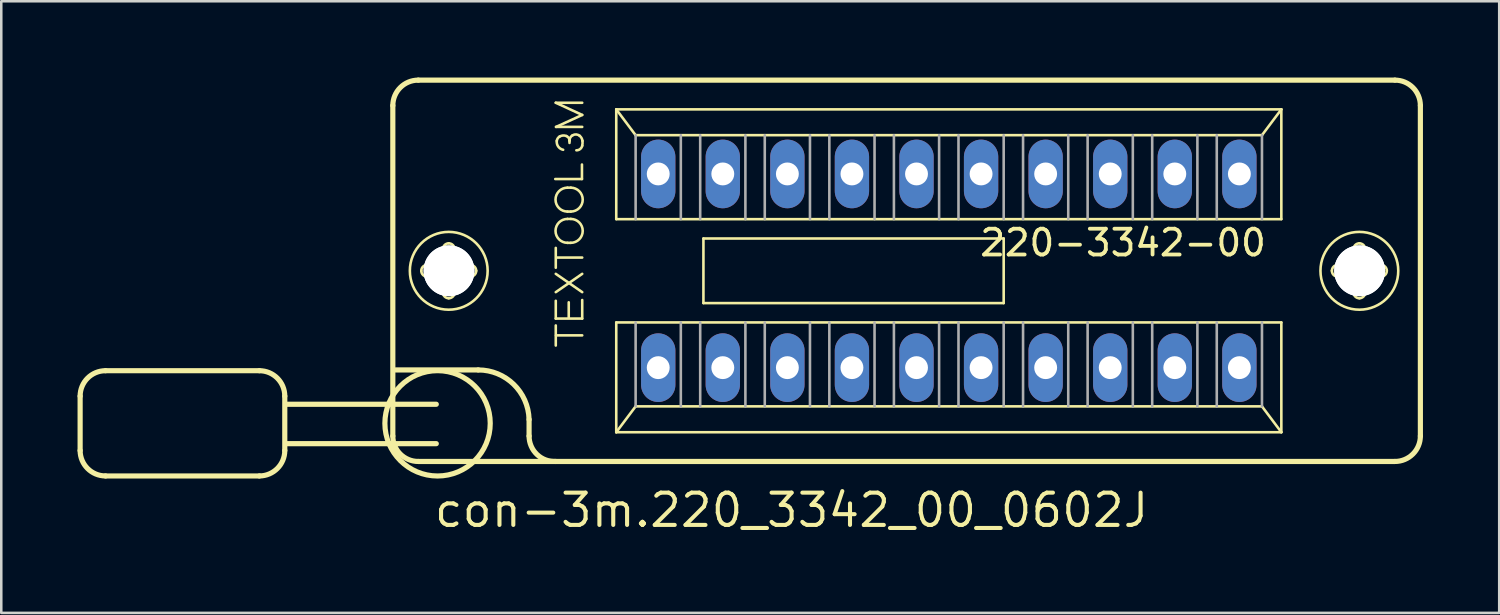
<source format=kicad_pcb>
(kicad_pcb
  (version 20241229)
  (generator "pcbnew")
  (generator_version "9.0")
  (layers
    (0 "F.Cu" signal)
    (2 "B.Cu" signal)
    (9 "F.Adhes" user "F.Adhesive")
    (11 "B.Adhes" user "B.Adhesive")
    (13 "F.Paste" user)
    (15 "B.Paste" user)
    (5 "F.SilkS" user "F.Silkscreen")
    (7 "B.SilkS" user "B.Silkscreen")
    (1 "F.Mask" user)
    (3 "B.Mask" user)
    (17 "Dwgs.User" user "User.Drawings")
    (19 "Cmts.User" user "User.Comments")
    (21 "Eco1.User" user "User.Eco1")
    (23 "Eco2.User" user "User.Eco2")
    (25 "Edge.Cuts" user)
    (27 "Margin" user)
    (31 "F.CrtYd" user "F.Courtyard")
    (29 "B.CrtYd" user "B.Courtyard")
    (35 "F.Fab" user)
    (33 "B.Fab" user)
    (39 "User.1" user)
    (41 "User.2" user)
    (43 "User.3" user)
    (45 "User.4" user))
  (footprint "con-3m.220_3342_00_0602J"
    (layer "F.Cu")
    (at 34.272 7.602)
    (property "Reference" "con-3m.220_3342_00_0602J" (at -20.32 10.16 0) (layer "F.SilkS") (effects (font (size 1.27 1.27) (thickness 0.16)) (justify left bottom)))
    (attr through_hole)
    (fp_line (start -34.17 4.93) (end -34.17 7.07) (stroke (width 0.203) (type default)) (layer "F.SilkS"))
    (fp_line (start -33.17 3.93) (end -27.12 3.93) (stroke (width 0.203) (type default)) (layer "F.SilkS"))
    (fp_line (start -27.12 8.07) (end -33.17 8.07) (stroke (width 0.203) (type default)) (layer "F.SilkS"))
    (fp_line (start -26.12 4.93) (end -26.12 7.07) (stroke (width 0.203) (type default)) (layer "F.SilkS"))
    (fp_line (start -21.87 6.5) (end -21.87 -6.5) (stroke (width 0.203) (type default)) (layer "F.SilkS"))
    (fp_line (start -21.76 3.9) (end -18.51 3.9) (stroke (width 0.203) (type default)) (layer "F.SilkS"))
    (fp_line (start -20.87 -7.5) (end 17.55 -7.5) (stroke (width 0.203) (type default)) (layer "F.SilkS"))
    (fp_line (start -20.52 -0.23) (end -19.97 -0.23) (stroke (width 0.102) (type default)) (layer "F.SilkS"))
    (fp_line (start -20.16 5.25) (end -26.07 5.25) (stroke (width 0.203) (type default)) (layer "F.SilkS"))
    (fp_line (start -20.16 6.8) (end -26.07 6.8) (stroke (width 0.203) (type default)) (layer "F.SilkS"))
    (fp_line (start -19.98 0.23) (end -20.52 0.23) (stroke (width 0.102) (type default)) (layer "F.SilkS"))
    (fp_line (start -19.9 -0.31) (end -19.9 -0.85) (stroke (width 0.102) (type default)) (layer "F.SilkS"))
    (fp_line (start -19.9 0.85) (end -19.9 0.3) (stroke (width 0.102) (type default)) (layer "F.SilkS"))
    (fp_line (start -19.44 -0.85) (end -19.44 -0.3) (stroke (width 0.102) (type default)) (layer "F.SilkS"))
    (fp_line (start -19.44 0.31) (end -19.44 0.85) (stroke (width 0.102) (type default)) (layer "F.SilkS"))
    (fp_line (start -19.36 -0.23) (end -18.82 -0.23) (stroke (width 0.102) (type default)) (layer "F.SilkS"))
    (fp_line (start -18.82 0.23) (end -19.37 0.23) (stroke (width 0.102) (type default)) (layer "F.SilkS"))
    (fp_line (start -16.51 5.85) (end -16.51 6.5) (stroke (width 0.203) (type default)) (layer "F.SilkS"))
    (fp_line (start -15.48 -3.61) (end -14.43 -3.61) (stroke (width 0.102) (type default)) (layer "F.SilkS"))
    (fp_line (start -15.46 -6.61) (end -14.42 -6.61) (stroke (width 0.102) (type default)) (layer "F.SilkS"))
    (fp_line (start -15.46 -0.12) (end -15.46 -0.9) (stroke (width 0.102) (type default)) (layer "F.SilkS"))
    (fp_line (start -15.46 0.12) (end -14.42 0.84) (stroke (width 0.102) (type default)) (layer "F.SilkS"))
    (fp_line (start -15.46 0.84) (end -14.42 0.12) (stroke (width 0.102) (type default)) (layer "F.SilkS"))
    (fp_line (start -15.46 1.18) (end -15.46 1.88) (stroke (width 0.102) (type default)) (layer "F.SilkS"))
    (fp_line (start -15.46 1.88) (end -14.42 1.88) (stroke (width 0.102) (type default)) (layer "F.SilkS"))
    (fp_line (start -15.46 2.94) (end -15.46 2.15) (stroke (width 0.102) (type default)) (layer "F.SilkS"))
    (fp_line (start -15.45 -5.66) (end -14.42 -6.13) (stroke (width 0.102) (type default)) (layer "F.SilkS"))
    (fp_line (start -15.45 2.54) (end -14.42 2.54) (stroke (width 0.102) (type default)) (layer "F.SilkS"))
    (fp_line (start -15.44 -0.52) (end -14.42 -0.52) (stroke (width 0.102) (type default)) (layer "F.SilkS"))
    (fp_line (start -15 -3.27) (end -14.87 -3.27) (stroke (width 0.102) (type default)) (layer "F.SilkS"))
    (fp_line (start -15 -2.33) (end -14.87 -2.33) (stroke (width 0.102) (type default)) (layer "F.SilkS"))
    (fp_line (start -15 -2.04) (end -14.87 -2.04) (stroke (width 0.102) (type default)) (layer "F.SilkS"))
    (fp_line (start -15 -1.1) (end -14.87 -1.1) (stroke (width 0.102) (type default)) (layer "F.SilkS"))
    (fp_line (start -14.95 1.24) (end -14.95 1.84) (stroke (width 0.102) (type default)) (layer "F.SilkS"))
    (fp_line (start -14.92 -5.03) (end -14.92 -5.12) (stroke (width 0.102) (type default)) (layer "F.SilkS"))
    (fp_line (start -14.43 -3.61) (end -14.43 -4.18) (stroke (width 0.102) (type default)) (layer "F.SilkS"))
    (fp_line (start -14.42 -6.13) (end -15.46 -6.61) (stroke (width 0.102) (type default)) (layer "F.SilkS"))
    (fp_line (start -14.42 -5.66) (end -15.45 -5.66) (stroke (width 0.102) (type default)) (layer "F.SilkS"))
    (fp_line (start -14.42 1.88) (end -14.42 1.15) (stroke (width 0.102) (type default)) (layer "F.SilkS"))
    (fp_line (start -13.081 -6.35) (end 13.081 -6.35) (stroke (width 0.102) (type default)) (layer "F.SilkS"))
    (fp_line (start -13.081 -2.032) (end -13.081 -6.35) (stroke (width 0.102) (type default)) (layer "F.SilkS"))
    (fp_line (start -13.081 2.032) (end 13.081 2.032) (stroke (width 0.102) (type default)) (layer "F.SilkS"))
    (fp_line (start -13.081 6.35) (end -13.081 2.032) (stroke (width 0.102) (type default)) (layer "F.SilkS"))
    (fp_line (start -13.081 6.35) (end -12.319 5.334) (stroke (width 0.102) (type default)) (layer "F.SilkS"))
    (fp_line (start -12.319 -5.334) (end -13.081 -6.35) (stroke (width 0.102) (type default)) (layer "F.SilkS"))
    (fp_line (start -12.319 5.334) (end 12.319 5.334) (stroke (width 0.102) (type default)) (layer "F.SilkS"))
    (fp_line (start -9.652 -1.27) (end 2.159 -1.27) (stroke (width 0.102) (type default)) (layer "F.SilkS"))
    (fp_line (start -9.652 1.27) (end -9.652 -1.27) (stroke (width 0.102) (type default)) (layer "F.SilkS"))
    (fp_line (start 2.159 -1.27) (end 2.159 1.27) (stroke (width 0.102) (type default)) (layer "F.SilkS"))
    (fp_line (start 2.159 1.27) (end -9.652 1.27) (stroke (width 0.102) (type default)) (layer "F.SilkS"))
    (fp_line (start 12.319 -5.334) (end -12.319 -5.334) (stroke (width 0.102) (type default)) (layer "F.SilkS"))
    (fp_line (start 12.319 5.334) (end 13.081 6.35) (stroke (width 0.102) (type default)) (layer "F.SilkS"))
    (fp_line (start 13.081 -6.35) (end 12.319 -5.334) (stroke (width 0.102) (type default)) (layer "F.SilkS"))
    (fp_line (start 13.081 -6.35) (end 13.081 -2.032) (stroke (width 0.102) (type default)) (layer "F.SilkS"))
    (fp_line (start 13.081 -2.032) (end -13.081 -2.032) (stroke (width 0.102) (type default)) (layer "F.SilkS"))
    (fp_line (start 13.081 2.032) (end 13.081 6.35) (stroke (width 0.102) (type default)) (layer "F.SilkS"))
    (fp_line (start 13.081 6.35) (end -13.081 6.35) (stroke (width 0.102) (type default)) (layer "F.SilkS"))
    (fp_line (start 15.3 -0.23) (end 15.85 -0.23) (stroke (width 0.102) (type default)) (layer "F.SilkS"))
    (fp_line (start 15.84 0.23) (end 15.3 0.23) (stroke (width 0.102) (type default)) (layer "F.SilkS"))
    (fp_line (start 15.92 -0.31) (end 15.92 -0.85) (stroke (width 0.102) (type default)) (layer "F.SilkS"))
    (fp_line (start 15.92 0.85) (end 15.92 0.3) (stroke (width 0.102) (type default)) (layer "F.SilkS"))
    (fp_line (start 16.38 -0.85) (end 16.38 -0.3) (stroke (width 0.102) (type default)) (layer "F.SilkS"))
    (fp_line (start 16.38 0.31) (end 16.38 0.85) (stroke (width 0.102) (type default)) (layer "F.SilkS"))
    (fp_line (start 16.46 -0.23) (end 17 -0.23) (stroke (width 0.102) (type default)) (layer "F.SilkS"))
    (fp_line (start 17 0.23) (end 16.45 0.23) (stroke (width 0.102) (type default)) (layer "F.SilkS"))
    (fp_line (start 17.55 7.5) (end -20.87 7.5) (stroke (width 0.203) (type default)) (layer "F.SilkS"))
    (fp_line (start 18.55 -6.5) (end 18.55 6.5) (stroke (width 0.203) (type default)) (layer "F.SilkS"))
    (fp_arc (start -34.17 4.93) (mid -33.877107 4.222893) (end -33.17 3.93) (stroke (width 0.2032) (type default)) (layer "F.SilkS"))
    (fp_arc (start -33.17 8.07) (mid -33.877107 7.777107) (end -34.17 7.07) (stroke (width 0.2032) (type default)) (layer "F.SilkS"))
    (fp_arc (start -27.12 3.93) (mid -26.412893 4.222893) (end -26.12 4.93) (stroke (width 0.2032) (type default)) (layer "F.SilkS"))
    (fp_arc (start -26.12 7.07) (mid -26.412893 7.777107) (end -27.12 8.07) (stroke (width 0.2032) (type default)) (layer "F.SilkS"))
    (fp_arc (start -21.87 -6.5) (mid -21.577107 -7.207107) (end -20.87 -7.5) (stroke (width 0.2032) (type default)) (layer "F.SilkS"))
    (fp_arc (start -20.87 7.5) (mid -21.577107 7.207107) (end -21.87 6.5) (stroke (width 0.2032) (type default)) (layer "F.SilkS"))
    (fp_arc (start -20.75 0) (mid -20.682635 -0.162635) (end -20.52 -0.23) (stroke (width 0.1016) (type default)) (layer "F.SilkS"))
    (fp_arc (start -20.52 0.23) (mid -20.682635 0.162635) (end -20.75 0) (stroke (width 0.1016) (type default)) (layer "F.SilkS"))
    (fp_arc (start -19.98 0.23) (mid -19.930503 0.250503) (end -19.91 0.3) (stroke (width 0.1016) (type default)) (layer "F.SilkS"))
    (fp_arc (start -19.9 -0.85) (mid -19.832635 -1.012635) (end -19.67 -1.08) (stroke (width 0.1016) (type default)) (layer "F.SilkS"))
    (fp_arc (start -19.9 -0.3) (mid -19.920503 -0.250503) (end -19.97 -0.23) (stroke (width 0.1016) (type default)) (layer "F.SilkS"))
    (fp_arc (start -19.67 -1.08) (mid -19.507365 -1.012635) (end -19.44 -0.85) (stroke (width 0.1016) (type default)) (layer "F.SilkS"))
    (fp_arc (start -19.67 1.08) (mid -19.832635 1.012635) (end -19.9 0.85) (stroke (width 0.1016) (type default)) (layer "F.SilkS"))
    (fp_arc (start -19.44 0.3) (mid -19.419497 0.250503) (end -19.37 0.23) (stroke (width 0.1016) (type default)) (layer "F.SilkS"))
    (fp_arc (start -19.44 0.85) (mid -19.507365 1.012635) (end -19.67 1.08) (stroke (width 0.1016) (type default)) (layer "F.SilkS"))
    (fp_arc (start -19.37 -0.23) (mid -19.419497 -0.250503) (end -19.44 -0.3) (stroke (width 0.1016) (type default)) (layer "F.SilkS"))
    (fp_arc (start -18.82 -0.23) (mid -18.657365 -0.162635) (end -18.59 0) (stroke (width 0.1016) (type default)) (layer "F.SilkS"))
    (fp_arc (start -18.59 0) (mid -18.657365 0.162635) (end -18.82 0.23) (stroke (width 0.1016) (type default)) (layer "F.SilkS"))
    (fp_arc (start -18.51 3.9) (mid -17.113341 4.46817) (end -16.51 5.85) (stroke (width 0.2032) (type default)) (layer "F.SilkS"))
    (fp_arc (start -15.46 7.5) (mid -16.199286 7.225) (end -16.51 6.5) (stroke (width 0.2032) (type default)) (layer "F.SilkS"))
    (fp_arc (start -15.42 -5.11) (mid -15.384621 -5.207696) (end -15.31 -5.28) (stroke (width 0.1016) (type default)) (layer "F.SilkS"))
    (fp_arc (start -15.31 -5.28) (mid -15.177382 -5.322157) (end -15.04 -5.3) (stroke (width 0.1016) (type default)) (layer "F.SilkS"))
    (fp_arc (start -15.17 -4.76) (mid -15.36297 -4.88645) (end -15.42 -5.11) (stroke (width 0.1016) (type default)) (layer "F.SilkS"))
    (fp_arc (start -15.04 -5.3) (mid -14.95275 -5.228167) (end -14.92 -5.12) (stroke (width 0.1016) (type default)) (layer "F.SilkS"))
    (fp_arc (start -15 -2.33) (mid -15.47 -2.8) (end -15 -3.27) (stroke (width 0.1016) (type default)) (layer "F.SilkS"))
    (fp_arc (start -15 -1.1) (mid -15.47 -1.57) (end -15 -2.04) (stroke (width 0.1016) (type default)) (layer "F.SilkS"))
    (fp_arc (start -14.92 -5.12) (mid -14.887891 -5.240938) (end -14.8 -5.33) (stroke (width 0.1016) (type default)) (layer "F.SilkS"))
    (fp_arc (start -14.87 -3.27) (mid -14.4 -2.8) (end -14.87 -2.33) (stroke (width 0.1016) (type default)) (layer "F.SilkS"))
    (fp_arc (start -14.87 -2.04) (mid -14.4 -1.57) (end -14.87 -1.1) (stroke (width 0.1016) (type default)) (layer "F.SilkS"))
    (fp_arc (start -14.8 -5.33) (mid -14.656886 -5.363595) (end -14.52 -5.31) (stroke (width 0.1016) (type default)) (layer "F.SilkS"))
    (fp_arc (start -14.52 -5.31) (mid -14.445084 -5.220954) (end -14.41 -5.11) (stroke (width 0.1016) (type default)) (layer "F.SilkS"))
    (fp_arc (start -14.42 -4.92) (mid -14.502524 -4.788503) (end -14.65 -4.74) (stroke (width 0.1016) (type default)) (layer "F.SilkS"))
    (fp_arc (start -14.41 -5.11) (mid -14.407277 -5.014594) (end -14.42 -4.92) (stroke (width 0.1016) (type default)) (layer "F.SilkS"))
    (fp_arc (start 15.07 0) (mid 15.137365 -0.162635) (end 15.3 -0.23) (stroke (width 0.1016) (type default)) (layer "F.SilkS"))
    (fp_arc (start 15.3 0.23) (mid 15.137365 0.162635) (end 15.07 0) (stroke (width 0.1016) (type default)) (layer "F.SilkS"))
    (fp_arc (start 15.84 0.23) (mid 15.889497 0.250503) (end 15.91 0.3) (stroke (width 0.1016) (type default)) (layer "F.SilkS"))
    (fp_arc (start 15.92 -0.85) (mid 15.987365 -1.012635) (end 16.15 -1.08) (stroke (width 0.1016) (type default)) (layer "F.SilkS"))
    (fp_arc (start 15.92 -0.3) (mid 15.899497 -0.250503) (end 15.85 -0.23) (stroke (width 0.1016) (type default)) (layer "F.SilkS"))
    (fp_arc (start 16.15 -1.08) (mid 16.312635 -1.012635) (end 16.38 -0.85) (stroke (width 0.1016) (type default)) (layer "F.SilkS"))
    (fp_arc (start 16.15 1.08) (mid 15.987365 1.012635) (end 15.92 0.85) (stroke (width 0.1016) (type default)) (layer "F.SilkS"))
    (fp_arc (start 16.38 0.3) (mid 16.400503 0.250503) (end 16.45 0.23) (stroke (width 0.1016) (type default)) (layer "F.SilkS"))
    (fp_arc (start 16.38 0.85) (mid 16.312635 1.012635) (end 16.15 1.08) (stroke (width 0.1016) (type default)) (layer "F.SilkS"))
    (fp_arc (start 16.45 -0.23) (mid 16.400503 -0.250503) (end 16.38 -0.3) (stroke (width 0.1016) (type default)) (layer "F.SilkS"))
    (fp_arc (start 17 -0.23) (mid 17.162635 -0.162635) (end 17.23 0) (stroke (width 0.1016) (type default)) (layer "F.SilkS"))
    (fp_arc (start 17.23 0) (mid 17.162635 0.162635) (end 17 0.23) (stroke (width 0.1016) (type default)) (layer "F.SilkS"))
    (fp_arc (start 17.55 -7.5) (mid 18.257107 -7.207107) (end 18.55 -6.5) (stroke (width 0.2032) (type default)) (layer "F.SilkS"))
    (fp_arc (start 18.55 6.5) (mid 18.257107 7.207107) (end 17.55 7.5) (stroke (width 0.2032) (type default)) (layer "F.SilkS"))
    (fp_circle (center -20.11 6) (end -18.038 6) (stroke (width 0.203) (type default)) (fill no) (layer "F.SilkS"))
    (fp_circle (center -19.67 0) (end -18.14 0) (stroke (width 0.102) (type default)) (fill no) (layer "F.SilkS"))
    (fp_circle (center 16.15 0) (end 17.68 0) (stroke (width 0.102) (type default)) (fill no) (layer "F.SilkS"))
    (fp_line (start -12.319 -5.334) (end -12.319 -2.032) (stroke (width 0.102) (type default)) (layer "F.Fab"))
    (fp_line (start -12.319 2.032) (end -12.319 5.334) (stroke (width 0.102) (type default)) (layer "F.Fab"))
    (fp_line (start -10.541 -2.032) (end -10.541 -5.334) (stroke (width 0.102) (type default)) (layer "F.Fab"))
    (fp_line (start -10.541 2.032) (end -10.541 5.334) (stroke (width 0.102) (type default)) (layer "F.Fab"))
    (fp_line (start -9.779 -2.032) (end -9.779 -5.334) (stroke (width 0.102) (type default)) (layer "F.Fab"))
    (fp_line (start -9.779 2.032) (end -9.779 5.334) (stroke (width 0.102) (type default)) (layer "F.Fab"))
    (fp_line (start -8.001 -2.032) (end -8.001 -5.334) (stroke (width 0.102) (type default)) (layer "F.Fab"))
    (fp_line (start -8.001 2.032) (end -8.001 5.334) (stroke (width 0.102) (type default)) (layer "F.Fab"))
    (fp_line (start -7.239 -2.032) (end -7.239 -5.334) (stroke (width 0.102) (type default)) (layer "F.Fab"))
    (fp_line (start -7.239 2.032) (end -7.239 5.334) (stroke (width 0.102) (type default)) (layer "F.Fab"))
    (fp_line (start -5.461 -2.032) (end -5.461 -5.334) (stroke (width 0.102) (type default)) (layer "F.Fab"))
    (fp_line (start -5.461 2.032) (end -5.461 5.334) (stroke (width 0.102) (type default)) (layer "F.Fab"))
    (fp_line (start -4.699 -2.032) (end -4.699 -5.334) (stroke (width 0.102) (type default)) (layer "F.Fab"))
    (fp_line (start -4.699 2.032) (end -4.699 5.334) (stroke (width 0.102) (type default)) (layer "F.Fab"))
    (fp_line (start -2.921 -2.032) (end -2.921 -5.334) (stroke (width 0.102) (type default)) (layer "F.Fab"))
    (fp_line (start -2.921 2.032) (end -2.921 5.334) (stroke (width 0.102) (type default)) (layer "F.Fab"))
    (fp_line (start -2.159 -2.032) (end -2.159 -5.334) (stroke (width 0.102) (type default)) (layer "F.Fab"))
    (fp_line (start -2.159 2.032) (end -2.159 5.334) (stroke (width 0.102) (type default)) (layer "F.Fab"))
    (fp_line (start -0.381 -2.032) (end -0.381 -5.334) (stroke (width 0.102) (type default)) (layer "F.Fab"))
    (fp_line (start -0.381 2.032) (end -0.381 5.334) (stroke (width 0.102) (type default)) (layer "F.Fab"))
    (fp_line (start 0.381 -2.032) (end 0.381 -5.334) (stroke (width 0.102) (type default)) (layer "F.Fab"))
    (fp_line (start 0.381 2.032) (end 0.381 5.334) (stroke (width 0.102) (type default)) (layer "F.Fab"))
    (fp_line (start 2.159 -2.032) (end 2.159 -5.334) (stroke (width 0.102) (type default)) (layer "F.Fab"))
    (fp_line (start 2.159 2.032) (end 2.159 5.334) (stroke (width 0.102) (type default)) (layer "F.Fab"))
    (fp_line (start 2.921 -2.032) (end 2.921 -5.334) (stroke (width 0.102) (type default)) (layer "F.Fab"))
    (fp_line (start 2.921 2.032) (end 2.921 5.334) (stroke (width 0.102) (type default)) (layer "F.Fab"))
    (fp_line (start 4.699 -2.032) (end 4.699 -5.334) (stroke (width 0.102) (type default)) (layer "F.Fab"))
    (fp_line (start 4.699 2.032) (end 4.699 5.334) (stroke (width 0.102) (type default)) (layer "F.Fab"))
    (fp_line (start 5.461 -2.032) (end 5.461 -5.334) (stroke (width 0.102) (type default)) (layer "F.Fab"))
    (fp_line (start 5.461 2.032) (end 5.461 5.334) (stroke (width 0.102) (type default)) (layer "F.Fab"))
    (fp_line (start 7.239 -2.032) (end 7.239 -5.334) (stroke (width 0.102) (type default)) (layer "F.Fab"))
    (fp_line (start 7.239 2.032) (end 7.239 5.334) (stroke (width 0.102) (type default)) (layer "F.Fab"))
    (fp_line (start 8.001 -2.032) (end 8.001 -5.334) (stroke (width 0.102) (type default)) (layer "F.Fab"))
    (fp_line (start 8.001 2.032) (end 8.001 5.334) (stroke (width 0.102) (type default)) (layer "F.Fab"))
    (fp_line (start 9.779 -2.032) (end 9.779 -5.334) (stroke (width 0.102) (type default)) (layer "F.Fab"))
    (fp_line (start 9.779 2.032) (end 9.779 5.334) (stroke (width 0.102) (type default)) (layer "F.Fab"))
    (fp_line (start 10.541 -2.032) (end 10.541 -5.334) (stroke (width 0.102) (type default)) (layer "F.Fab"))
    (fp_line (start 10.541 2.032) (end 10.541 5.334) (stroke (width 0.102) (type default)) (layer "F.Fab"))
    (fp_line (start 12.319 -2.032) (end 12.319 -5.334) (stroke (width 0.102) (type default)) (layer "F.Fab"))
    (fp_line (start 12.319 5.334) (end 12.319 2.032) (stroke (width 0.102) (type default)) (layer "F.Fab"))
    (fp_text user "220-3342-00" (at 1.143 -0.508 180) (layer "F.SilkS") (effects (font (size 1.016 1.016) (thickness 0.15)) (justify left bottom)))
    (pad "" np_thru_hole circle (at -19.66 0) (size 2 2) (drill 2) (layers "*.Cu" "*.Mask"))
    (pad "" np_thru_hole circle (at -19.66 0) (size 2 2) (drill 2) (layers "*.Cu" "*.Mask"))
    (pad "" np_thru_hole circle (at 16.16 0) (size 2 2) (drill 2) (layers "*.Cu" "*.Mask"))
    (pad "" np_thru_hole circle (at 16.16 0) (size 2 2) (drill 2) (layers "*.Cu" "*.Mask"))
    (pad "1" thru_hole oval (at -11.43 3.81 90) (size 2.7 1.35) (drill 0.9) (layers "*.Cu" "*.Mask"))
    (pad "2" thru_hole oval (at -8.89 3.81 90) (size 2.7 1.35) (drill 0.9) (layers "*.Cu" "*.Mask"))
    (pad "3" thru_hole oval (at -6.35 3.81 90) (size 2.7 1.35) (drill 0.9) (layers "*.Cu" "*.Mask"))
    (pad "4" thru_hole oval (at -3.81 3.81 90) (size 2.7 1.35) (drill 0.9) (layers "*.Cu" "*.Mask"))
    (pad "5" thru_hole oval (at -1.27 3.81 90) (size 2.7 1.35) (drill 0.9) (layers "*.Cu" "*.Mask"))
    (pad "6" thru_hole oval (at 1.27 3.81 90) (size 2.7 1.35) (drill 0.9) (layers "*.Cu" "*.Mask"))
    (pad "7" thru_hole oval (at 3.81 3.81 90) (size 2.7 1.35) (drill 0.9) (layers "*.Cu" "*.Mask"))
    (pad "8" thru_hole oval (at 6.35 3.81 90) (size 2.7 1.35) (drill 0.9) (layers "*.Cu" "*.Mask"))
    (pad "9" thru_hole oval (at 8.89 3.81 90) (size 2.7 1.35) (drill 0.9) (layers "*.Cu" "*.Mask"))
    (pad "10" thru_hole oval (at 11.43 3.81 90) (size 2.7 1.35) (drill 0.9) (layers "*.Cu" "*.Mask"))
    (pad "11" thru_hole oval (at 11.43 -3.81 90) (size 2.7 1.35) (drill 0.9) (layers "*.Cu" "*.Mask"))
    (pad "12" thru_hole oval (at 8.89 -3.81 90) (size 2.7 1.35) (drill 0.9) (layers "*.Cu" "*.Mask"))
    (pad "13" thru_hole oval (at 6.35 -3.81 90) (size 2.7 1.35) (drill 0.9) (layers "*.Cu" "*.Mask"))
    (pad "14" thru_hole oval (at 3.81 -3.81 90) (size 2.7 1.35) (drill 0.9) (layers "*.Cu" "*.Mask"))
    (pad "15" thru_hole oval (at 1.27 -3.81 90) (size 2.7 1.35) (drill 0.9) (layers "*.Cu" "*.Mask"))
    (pad "16" thru_hole oval (at -1.27 -3.81 90) (size 2.7 1.35) (drill 0.9) (layers "*.Cu" "*.Mask"))
    (pad "17" thru_hole oval (at -3.81 -3.81 90) (size 2.7 1.35) (drill 0.9) (layers "*.Cu" "*.Mask"))
    (pad "18" thru_hole oval (at -6.35 -3.81 90) (size 2.7 1.35) (drill 0.9) (layers "*.Cu" "*.Mask"))
    (pad "19" thru_hole oval (at -8.89 -3.81 90) (size 2.7 1.35) (drill 0.9) (layers "*.Cu" "*.Mask"))
    (pad "20" thru_hole oval (at -11.43 -3.81 90) (size 2.7 1.35) (drill 0.9) (layers "*.Cu" "*.Mask")))
  (gr_rect
    (start -3 -3)
    (end 55.923 21.059)
    (stroke (width 0.1) (type default))
    (fill no)
    (layer "Edge.Cuts")))
</source>
